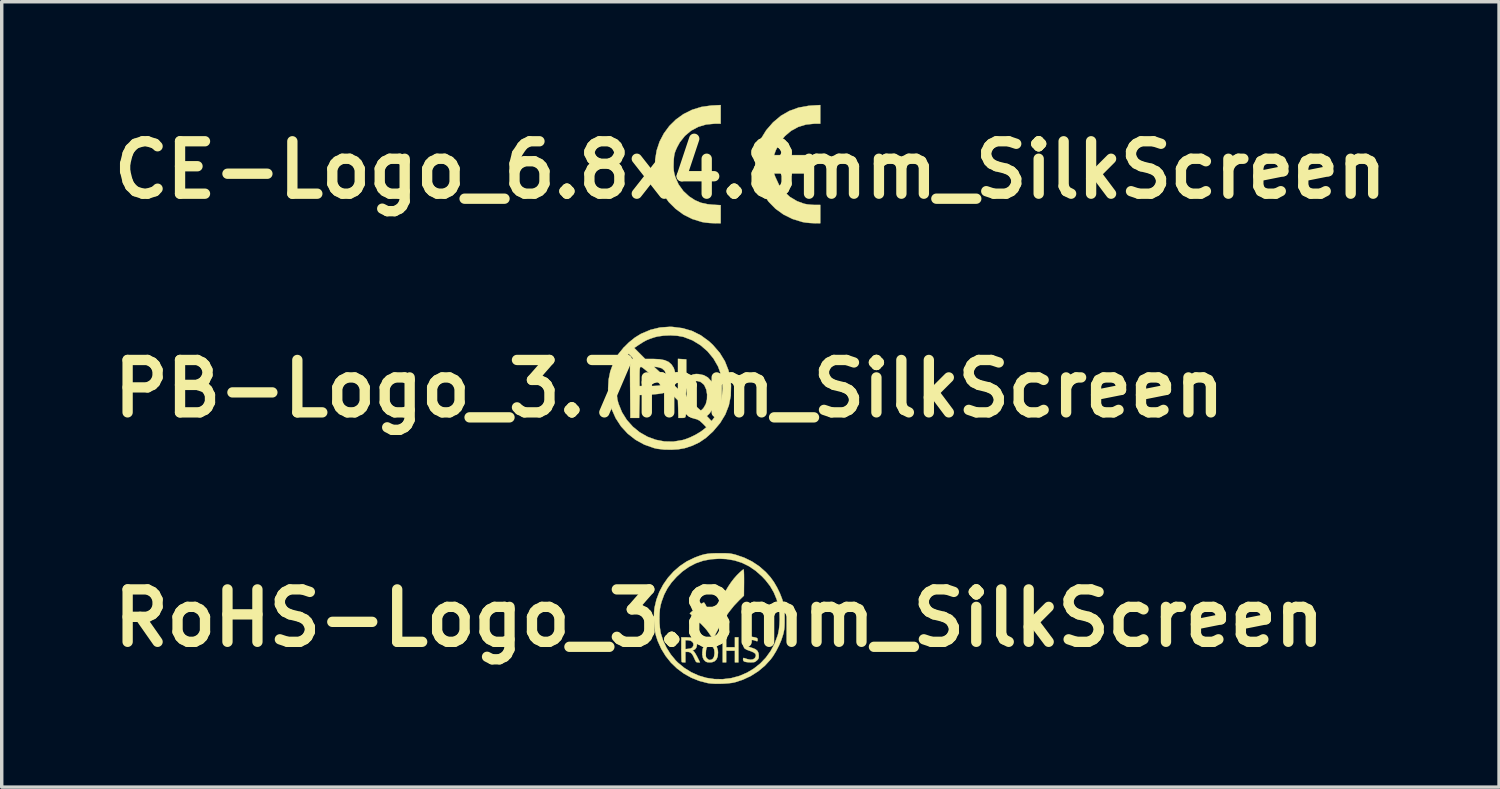
<source format=kicad_pcb>
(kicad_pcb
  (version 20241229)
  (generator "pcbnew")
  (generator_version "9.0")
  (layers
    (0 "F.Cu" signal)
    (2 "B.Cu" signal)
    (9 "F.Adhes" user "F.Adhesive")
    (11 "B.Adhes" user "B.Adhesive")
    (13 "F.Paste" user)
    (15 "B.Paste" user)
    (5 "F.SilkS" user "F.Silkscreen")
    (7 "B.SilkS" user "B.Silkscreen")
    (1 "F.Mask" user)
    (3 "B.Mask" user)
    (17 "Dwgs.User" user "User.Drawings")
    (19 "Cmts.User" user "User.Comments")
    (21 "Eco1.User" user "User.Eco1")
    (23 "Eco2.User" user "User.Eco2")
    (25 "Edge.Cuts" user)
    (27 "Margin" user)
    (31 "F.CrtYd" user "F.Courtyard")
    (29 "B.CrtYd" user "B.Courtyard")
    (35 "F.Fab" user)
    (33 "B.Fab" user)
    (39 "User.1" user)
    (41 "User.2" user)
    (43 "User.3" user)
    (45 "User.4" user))
  (footprint "PB-Logo_3.7mm_SilkScreen"
    (layer "F.Cu")
    (at 16.408 8.25)
    (property "Reference" "PB-Logo_3.7mm_SilkScreen" (at 0 0 0) (layer "F.SilkS") (effects (font (size 1.524 1.524) (thickness 0.3))))
    (attr through_hole)
    (fp_poly (pts (xy 0.088 -1.796) (xy 0.389 -1.758) (xy 0.664 -1.677) (xy 0.917 -1.551) (xy 1.154 -1.378) (xy 1.27 -1.27) (xy 1.468 -1.041) (xy 1.618 -0.797) (xy 1.722 -0.533) (xy 1.782 -0.246) (xy 1.796 -0.088) (xy 1.788 0.207) (xy 1.733 0.486) (xy 1.63 0.75) (xy 1.478 1) (xy 1.277 1.238) (xy 1.257 1.258) (xy 1.067 1.43) (xy 0.876 1.561) (xy 0.67 1.659) (xy 0.449 1.73) (xy 0.27 1.762) (xy 0.064 1.775) (xy -0.148 1.771) (xy -0.346 1.748) (xy -0.444 1.726) (xy -0.726 1.626) (xy -0.982 1.485) (xy -1.208 1.307) (xy -1.401 1.097) (xy -1.557 0.858) (xy -1.674 0.595) (xy -1.748 0.313) (xy -1.773 0.051) (xy -1.538 0.051) (xy -1.509 0.308) (xy -1.477 0.432) (xy -1.375 0.684) (xy -1.234 0.909) (xy -1.06 1.105) (xy -0.859 1.269) (xy -0.635 1.397) (xy -0.394 1.486) (xy -0.142 1.535) (xy 0.117 1.54) (xy 0.377 1.497) (xy 0.447 1.478) (xy 0.606 1.418) (xy 0.768 1.339) (xy 0.914 1.251) (xy 0.991 1.194) (xy 1.079 1.121) (xy 0.969 1.008) (xy 0.885 0.932) (xy 0.807 0.891) (xy 0.754 0.878) (xy 0.663 0.851) (xy 0.577 0.806) (xy 0.568 0.799) (xy 0.486 0.737) (xy 0.478 0.794) (xy 0.465 0.831) (xy 0.429 0.848) (xy 0.368 0.851) (xy 0.267 0.851) (xy 0.26 0.595) (xy 0.252 0.34) (xy 0.118 0.207) (xy 0.049 0.139) (xy 0.483 0.139) (xy 0.486 0.183) (xy 0.501 0.224) (xy 0.534 0.271) (xy 0.591 0.333) (xy 0.678 0.419) (xy 0.692 0.432) (xy 0.777 0.512) (xy 0.848 0.577) (xy 0.898 0.62) (xy 0.918 0.634) (xy 0.944 0.617) (xy 0.987 0.574) (xy 0.999 0.559) (xy 1.063 0.449) (xy 1.097 0.313) (xy 1.101 0.168) (xy 1.077 0.027) (xy 1.024 -0.092) (xy 0.994 -0.131) (xy 0.906 -0.199) (xy 0.808 -0.224) (xy 0.711 -0.209) (xy 0.621 -0.16) (xy 0.547 -0.081) (xy 0.498 0.024) (xy 0.483 0.139) (xy 0.049 0.139) (xy -0.016 0.075) (xy -0.128 0.116) (xy -0.211 0.136) (xy -0.331 0.154) (xy -0.479 0.167) (xy -0.552 0.171) (xy -0.862 0.185) (xy -0.869 0.518) (xy -0.876 0.851) (xy -1.13 0.851) (xy -1.137 0.004) (xy -1.139 -0.225) (xy -1.139 -0.356) (xy -0.864 -0.356) (xy -0.864 -0.076) (xy -0.578 -0.077) (xy -0.46 -0.078) (xy -0.36 -0.083) (xy -0.289 -0.09) (xy -0.261 -0.097) (xy -0.267 -0.12) (xy -0.304 -0.169) (xy -0.365 -0.236) (xy -0.442 -0.315) (xy -0.529 -0.398) (xy -0.616 -0.478) (xy -0.697 -0.549) (xy -0.765 -0.602) (xy -0.811 -0.632) (xy -0.824 -0.635) (xy -0.841 -0.628) (xy -0.853 -0.602) (xy -0.86 -0.549) (xy -0.863 -0.459) (xy -0.864 -0.356) (xy -1.139 -0.356) (xy -1.14 -0.409) (xy -1.14 -0.553) (xy -1.139 -0.638) (xy -0.445 -0.638) (xy -0.267 -0.474) (xy -0.19 -0.404) (xy -0.128 -0.35) (xy -0.089 -0.321) (xy -0.081 -0.317) (xy -0.08 -0.345) (xy -0.088 -0.402) (xy -0.09 -0.414) (xy -0.132 -0.518) (xy -0.212 -0.59) (xy -0.327 -0.625) (xy -0.334 -0.626) (xy -0.445 -0.638) (xy -1.139 -0.638) (xy -1.139 -0.661) (xy -1.136 -0.739) (xy -1.131 -0.792) (xy -1.125 -0.825) (xy -1.116 -0.843) (xy -1.104 -0.852) (xy -1.091 -0.857) (xy -1.059 -0.868) (xy -1.058 -0.886) (xy -1.089 -0.923) (xy -1.107 -0.943) (xy -1.177 -1.015) (xy -1.238 -0.933) (xy -1.372 -0.714) (xy -1.468 -0.47) (xy -1.524 -0.212) (xy -1.538 0.051) (xy -1.773 0.051) (xy -1.777 0.015) (xy -1.777 -0.013) (xy -1.762 -0.267) (xy -1.714 -0.503) (xy -1.628 -0.737) (xy -1.585 -0.83) (xy -1.481 -1.003) (xy -1.34 -1.177) (xy -1.334 -1.184) (xy -1.018 -1.184) (xy -0.7 -0.864) (xy -0.467 -0.864) (xy -0.28 -0.855) (xy -0.134 -0.828) (xy -0.022 -0.779) (xy 0.064 -0.705) (xy 0.13 -0.604) (xy 0.162 -0.506) (xy 0.177 -0.384) (xy 0.174 -0.262) (xy 0.154 -0.17) (xy 0.145 -0.118) (xy 0.169 -0.073) (xy 0.192 -0.049) (xy 0.254 0.009) (xy 0.254 -0.866) (xy 0.495 -0.851) (xy 0.495 -0.318) (xy 0.61 -0.377) (xy 0.698 -0.415) (xy 0.783 -0.427) (xy 0.858 -0.423) (xy 1.004 -0.392) (xy 1.121 -0.327) (xy 1.22 -0.22) (xy 1.236 -0.196) (xy 1.305 -0.053) (xy 1.341 0.11) (xy 1.343 0.282) (xy 1.314 0.45) (xy 1.255 0.602) (xy 1.167 0.726) (xy 1.145 0.747) (xy 1.091 0.796) (xy 1.161 0.869) (xy 1.23 0.942) (xy 1.276 0.884) (xy 1.316 0.826) (xy 1.363 0.747) (xy 1.382 0.711) (xy 1.472 0.493) (xy 1.529 0.25) (xy 1.552 -0.001) (xy 1.539 -0.245) (xy 1.51 -0.394) (xy 1.419 -0.646) (xy 1.285 -0.878) (xy 1.113 -1.086) (xy 0.909 -1.263) (xy 0.68 -1.403) (xy 0.43 -1.5) (xy 0.394 -1.51) (xy 0.227 -1.539) (xy 0.036 -1.55) (xy -0.16 -1.542) (xy -0.339 -1.517) (xy -0.423 -1.496) (xy -0.558 -1.451) (xy -0.665 -1.407) (xy -0.766 -1.351) (xy -0.884 -1.275) (xy -1.018 -1.184) (xy -1.334 -1.184) (xy -1.176 -1.342) (xy -0.999 -1.485) (xy -0.826 -1.592) (xy -0.548 -1.71) (xy -0.27 -1.778) (xy 0.015 -1.798) (xy 0.088 -1.796)) (stroke (width 0.01) (type solid)) (fill yes) (layer "F.SilkS")))
  (footprint "RoHS-Logo_3.8mm_SilkScreen"
    (layer "F.Cu")
    (at 17.86 14.921)
    (property "Reference" "RoHS-Logo_3.8mm_SilkScreen" (at 0 0 0) (layer "F.SilkS") (effects (font (size 1.524 1.524) (thickness 0.3))))
    (attr through_hole)
    (fp_poly (pts (xy 0.203 0.847) (xy 0.457 0.847) (xy 0.457 0.559) (xy 0.559 0.559) (xy 0.559 1.287) (xy 0.457 1.287) (xy 0.457 0.948) (xy 0.203 0.948) (xy 0.203 1.287) (xy 0.102 1.287) (xy 0.102 0.559) (xy 0.203 0.559) (xy 0.203 0.847)) (stroke (width 0.01) (type solid)) (fill yes) (layer "F.SilkS"))
    (fp_poly (pts (xy -0.178 0.743) (xy -0.111 0.785) (xy -0.064 0.852) (xy -0.038 0.942) (xy -0.034 1.006) (xy -0.044 1.114) (xy -0.076 1.195) (xy -0.129 1.251) (xy -0.203 1.281) (xy -0.271 1.287) (xy -0.333 1.284) (xy -0.375 1.272) (xy -0.409 1.249) (xy -0.413 1.245) (xy -0.452 1.2) (xy -0.476 1.147) (xy -0.488 1.078) (xy -0.489 1.065) (xy -0.389 1.065) (xy -0.387 1.11) (xy -0.379 1.139) (xy -0.363 1.162) (xy -0.35 1.176) (xy -0.311 1.208) (xy -0.276 1.218) (xy -0.226 1.209) (xy -0.224 1.208) (xy -0.181 1.18) (xy -0.151 1.123) (xy -0.137 1.041) (xy -0.135 1.002) (xy -0.145 0.913) (xy -0.173 0.852) (xy -0.219 0.819) (xy -0.26 0.813) (xy -0.314 0.818) (xy -0.349 0.837) (xy -0.371 0.875) (xy -0.383 0.939) (xy -0.387 0.997) (xy -0.389 1.065) (xy -0.489 1.065) (xy -0.491 1) (xy -0.48 0.896) (xy -0.446 0.816) (xy -0.391 0.761) (xy -0.314 0.733) (xy -0.262 0.728) (xy -0.178 0.743)) (stroke (width 0.01) (type solid)) (fill yes) (layer "F.SilkS"))
    (fp_poly (pts (xy -0.848 0.564) (xy -0.768 0.58) (xy -0.711 0.609) (xy -0.674 0.651) (xy -0.67 0.658) (xy -0.648 0.725) (xy -0.648 0.794) (xy -0.665 0.857) (xy -0.699 0.904) (xy -0.738 0.925) (xy -0.768 0.934) (xy -0.767 0.944) (xy -0.745 0.96) (xy -0.723 0.985) (xy -0.691 1.033) (xy -0.655 1.096) (xy -0.634 1.136) (xy -0.558 1.287) (xy -0.615 1.287) (xy -0.646 1.285) (xy -0.668 1.274) (xy -0.687 1.248) (xy -0.71 1.199) (xy -0.719 1.178) (xy -0.76 1.09) (xy -0.8 1.031) (xy -0.843 0.997) (xy -0.893 0.983) (xy -0.914 0.982) (xy -0.982 0.982) (xy -0.982 1.287) (xy -1.03 1.287) (xy -1.069 1.283) (xy -1.089 1.276) (xy -1.093 1.256) (xy -1.096 1.208) (xy -1.098 1.136) (xy -1.1 1.046) (xy -1.101 0.943) (xy -1.101 0.912) (xy -1.101 0.643) (xy -0.982 0.643) (xy -0.982 0.902) (xy -0.894 0.893) (xy -0.829 0.882) (xy -0.788 0.859) (xy -0.776 0.847) (xy -0.748 0.792) (xy -0.751 0.738) (xy -0.779 0.691) (xy -0.829 0.658) (xy -0.898 0.644) (xy -0.905 0.643) (xy -0.982 0.643) (xy -1.101 0.643) (xy -1.101 0.559) (xy -0.956 0.559) (xy -0.848 0.564)) (stroke (width 0.01) (type solid)) (fill yes) (layer "F.SilkS"))
    (fp_poly (pts (xy 0.709 -1.415) (xy 0.714 -1.395) (xy 0.718 -1.344) (xy 0.721 -1.266) (xy 0.722 -1.163) (xy 0.722 -1.038) (xy 0.722 -1.029) (xy 0.719 -0.652) (xy 0.578 -0.516) (xy 0.43 -0.36) (xy 0.283 -0.176) (xy 0.141 0.03) (xy 0.008 0.25) (xy -0.078 0.411) (xy -0.114 0.481) (xy -0.144 0.539) (xy -0.166 0.578) (xy -0.175 0.593) (xy -0.175 0.593) (xy -0.189 0.582) (xy -0.207 0.563) (xy -0.229 0.534) (xy -0.262 0.488) (xy -0.3 0.432) (xy -0.302 0.429) (xy -0.358 0.352) (xy -0.43 0.269) (xy -0.52 0.175) (xy -0.631 0.068) (xy -0.711 -0.005) (xy -0.855 -0.136) (xy -0.768 -0.217) (xy -0.699 -0.279) (xy -0.629 -0.337) (xy -0.562 -0.387) (xy -0.505 -0.426) (xy -0.463 -0.449) (xy -0.443 -0.454) (xy -0.427 -0.437) (xy -0.401 -0.395) (xy -0.368 -0.332) (xy -0.332 -0.255) (xy -0.325 -0.241) (xy -0.288 -0.162) (xy -0.255 -0.097) (xy -0.228 -0.053) (xy -0.211 -0.034) (xy -0.21 -0.034) (xy -0.194 -0.048) (xy -0.168 -0.088) (xy -0.136 -0.146) (xy -0.106 -0.207) (xy -0.003 -0.426) (xy 0.092 -0.615) (xy 0.18 -0.779) (xy 0.265 -0.92) (xy 0.347 -1.042) (xy 0.429 -1.149) (xy 0.513 -1.244) (xy 0.536 -1.267) (xy 0.595 -1.325) (xy 0.647 -1.372) (xy 0.686 -1.404) (xy 0.707 -1.416) (xy 0.709 -1.415)) (stroke (width 0.01) (type solid)) (fill yes) (layer "F.SilkS"))
    (fp_poly (pts (xy 1.03 0.558) (xy 1.042 0.561) (xy 1.089 0.575) (xy 1.111 0.591) (xy 1.117 0.619) (xy 1.118 0.63) (xy 1.114 0.665) (xy 1.1 0.673) (xy 1.088 0.669) (xy 0.995 0.639) (xy 0.916 0.632) (xy 0.854 0.647) (xy 0.813 0.683) (xy 0.796 0.738) (xy 0.796 0.746) (xy 0.803 0.784) (xy 0.829 0.814) (xy 0.877 0.84) (xy 0.953 0.866) (xy 0.968 0.87) (xy 1.055 0.905) (xy 1.112 0.953) (xy 1.143 1.019) (xy 1.151 1.092) (xy 1.149 1.147) (xy 1.138 1.184) (xy 1.112 1.216) (xy 1.092 1.234) (xy 1.057 1.262) (xy 1.026 1.278) (xy 0.986 1.284) (xy 0.926 1.286) (xy 0.91 1.286) (xy 0.841 1.283) (xy 0.781 1.276) (xy 0.741 1.267) (xy 0.706 1.246) (xy 0.695 1.21) (xy 0.694 1.199) (xy 0.7 1.163) (xy 0.715 1.158) (xy 0.743 1.167) (xy 0.79 1.183) (xy 0.826 1.194) (xy 0.911 1.21) (xy 0.982 1.2) (xy 1.033 1.168) (xy 1.062 1.115) (xy 1.067 1.074) (xy 1.05 1.034) (xy 1 0.997) (xy 0.917 0.961) (xy 0.884 0.95) (xy 0.797 0.918) (xy 0.742 0.883) (xy 0.729 0.87) (xy 0.7 0.807) (xy 0.697 0.737) (xy 0.718 0.667) (xy 0.76 0.607) (xy 0.821 0.566) (xy 0.821 0.566) (xy 0.885 0.547) (xy 0.95 0.544) (xy 1.03 0.558)) (stroke (width 0.01) (type solid)) (fill yes) (layer "F.SilkS"))
    (fp_poly (pts (xy 0.115 -1.886) (xy 0.203 -1.884) (xy 0.272 -1.881) (xy 0.329 -1.875) (xy 0.383 -1.865) (xy 0.439 -1.852) (xy 0.478 -1.842) (xy 0.725 -1.758) (xy 0.954 -1.646) (xy 1.164 -1.506) (xy 1.354 -1.339) (xy 1.491 -1.187) (xy 1.589 -1.051) (xy 1.682 -0.892) (xy 1.764 -0.724) (xy 1.829 -0.558) (xy 1.857 -0.466) (xy 1.874 -0.401) (xy 1.886 -0.344) (xy 1.894 -0.287) (xy 1.899 -0.223) (xy 1.901 -0.144) (xy 1.902 -0.042) (xy 1.902 0.008) (xy 1.902 0.122) (xy 1.9 0.21) (xy 1.896 0.279) (xy 1.889 0.338) (xy 1.879 0.393) (xy 1.865 0.454) (xy 1.857 0.483) (xy 1.808 0.634) (xy 1.739 0.796) (xy 1.657 0.956) (xy 1.568 1.102) (xy 1.497 1.2) (xy 1.327 1.385) (xy 1.134 1.546) (xy 0.92 1.682) (xy 0.688 1.791) (xy 0.461 1.865) (xy 0.373 1.883) (xy 0.26 1.896) (xy 0.133 1.905) (xy 0.001 1.909) (xy -0.128 1.908) (xy -0.243 1.901) (xy -0.333 1.889) (xy -0.579 1.826) (xy -0.811 1.733) (xy -1.027 1.612) (xy -1.225 1.465) (xy -1.402 1.295) (xy -1.556 1.102) (xy -1.686 0.89) (xy -1.789 0.661) (xy -1.839 0.506) (xy -1.863 0.395) (xy -1.881 0.26) (xy -1.892 0.114) (xy -1.895 0.000133) (xy -1.738 0.000133) (xy -1.735 0.144) (xy -1.724 0.281) (xy -1.707 0.401) (xy -1.697 0.448) (xy -1.628 0.657) (xy -1.531 0.862) (xy -1.409 1.055) (xy -1.267 1.228) (xy -1.205 1.291) (xy -1.017 1.446) (xy -0.814 1.573) (xy -0.598 1.671) (xy -0.371 1.738) (xy -0.137 1.773) (xy 0.102 1.776) (xy 0.342 1.747) (xy 0.361 1.743) (xy 0.594 1.679) (xy 0.812 1.585) (xy 1.013 1.464) (xy 1.196 1.318) (xy 1.358 1.148) (xy 1.496 0.957) (xy 1.61 0.746) (xy 1.695 0.518) (xy 1.711 0.466) (xy 1.736 0.34) (xy 1.752 0.193) (xy 1.759 0.036) (xy 1.755 -0.118) (xy 1.742 -0.259) (xy 1.731 -0.322) (xy 1.672 -0.544) (xy 1.589 -0.745) (xy 1.481 -0.932) (xy 1.343 -1.109) (xy 1.246 -1.212) (xy 1.061 -1.376) (xy 0.867 -1.508) (xy 0.661 -1.609) (xy 0.442 -1.678) (xy 0.21 -1.717) (xy 0.008 -1.727) (xy -0.236 -1.712) (xy -0.464 -1.669) (xy -0.679 -1.595) (xy -0.88 -1.49) (xy -1.072 -1.354) (xy -1.236 -1.203) (xy -1.385 -1.037) (xy -1.504 -0.867) (xy -1.599 -0.685) (xy -1.673 -0.484) (xy -1.704 -0.373) (xy -1.723 -0.268) (xy -1.734 -0.141) (xy -1.738 0.000133) (xy -1.895 0.000133) (xy -1.896 -0.034) (xy -1.893 -0.174) (xy -1.881 -0.294) (xy -1.88 -0.302) (xy -1.825 -0.536) (xy -1.74 -0.762) (xy -1.627 -0.975) (xy -1.488 -1.174) (xy -1.326 -1.354) (xy -1.144 -1.513) (xy -0.944 -1.647) (xy -0.728 -1.752) (xy -0.72 -1.756) (xy -0.605 -1.8) (xy -0.507 -1.833) (xy -0.416 -1.857) (xy -0.324 -1.872) (xy -0.223 -1.881) (xy -0.102 -1.885) (xy 0 -1.886) (xy 0.115 -1.886)) (stroke (width 0.01) (type solid)) (fill yes) (layer "F.SilkS")))
  (footprint "CE-Logo_6.8x4.8mm_SilkScreen"
    (layer "F.Cu")
    (at 18.767 1.892)
    (property "Reference" "CE-Logo_6.8x4.8mm_SilkScreen" (at 0 0 0) (layer "F.SilkS") (effects (font (size 1.524 1.524) (thickness 0.3))))
    (attr through_hole)
    (fp_poly (pts (xy 2.032 -1.346) (xy 1.861 -1.346) (xy 1.616 -1.321) (xy 1.389 -1.251) (xy 1.182 -1.138) (xy 1.003 -0.986) (xy 0.854 -0.798) (xy 0.741 -0.578) (xy 0.723 -0.53) (xy 0.688 -0.432) (xy 1.702 -0.432) (xy 1.702 0.102) (xy 0.688 0.102) (xy 0.723 0.199) (xy 0.828 0.425) (xy 0.971 0.62) (xy 1.149 0.783) (xy 1.355 0.906) (xy 1.559 0.981) (xy 1.657 1) (xy 1.776 1.012) (xy 1.861 1.016) (xy 2.032 1.016) (xy 2.032 1.549) (xy 1.848 1.547) (xy 1.727 1.541) (xy 1.599 1.527) (xy 1.511 1.512) (xy 1.225 1.424) (xy 0.964 1.295) (xy 0.731 1.127) (xy 0.531 0.923) (xy 0.367 0.687) (xy 0.257 0.457) (xy 0.173 0.177) (xy 0.137 -0.104) (xy 0.151 -0.377) (xy 0.212 -0.661) (xy 0.315 -0.919) (xy 0.461 -1.156) (xy 0.655 -1.379) (xy 0.665 -1.389) (xy 0.888 -1.576) (xy 1.131 -1.716) (xy 1.398 -1.813) (xy 1.689 -1.865) (xy 1.784 -1.873) (xy 2.032 -1.887) (xy 2.032 -1.346)) (stroke (width 0.01) (type solid)) (fill yes) (layer "F.SilkS"))
    (fp_poly (pts (xy -0.864 -1.346) (xy -1.036 -1.346) (xy -1.286 -1.323) (xy -1.517 -1.254) (xy -1.724 -1.143) (xy -1.904 -0.992) (xy -2.053 -0.804) (xy -2.127 -0.669) (xy -2.173 -0.568) (xy -2.202 -0.486) (xy -2.218 -0.402) (xy -2.228 -0.299) (xy -2.231 -0.222) (xy -2.234 -0.088) (xy -2.228 0.015) (xy -2.212 0.106) (xy -2.186 0.197) (xy -2.089 0.419) (xy -1.949 0.613) (xy -1.784 0.766) (xy -1.615 0.877) (xy -1.442 0.952) (xy -1.249 0.995) (xy -1.099 1.01) (xy -0.864 1.023) (xy -0.864 1.549) (xy -1.06 1.547) (xy -1.183 1.542) (xy -1.31 1.528) (xy -1.41 1.512) (xy -1.687 1.426) (xy -1.943 1.298) (xy -2.172 1.131) (xy -2.372 0.932) (xy -2.536 0.702) (xy -2.659 0.448) (xy -2.719 0.264) (xy -2.767 -0.021) (xy -2.768 -0.301) (xy -2.724 -0.57) (xy -2.639 -0.826) (xy -2.515 -1.063) (xy -2.356 -1.279) (xy -2.165 -1.467) (xy -1.945 -1.625) (xy -1.699 -1.748) (xy -1.43 -1.832) (xy -1.141 -1.873) (xy -1.125 -1.874) (xy -0.864 -1.887) (xy -0.864 -1.346)) (stroke (width 0.01) (type solid)) (fill yes) (layer "F.SilkS")))
  (gr_rect
    (start -3 -3)
    (end 40.534 19.835)
    (stroke (width 0.1) (type default))
    (fill no)
    (layer "Edge.Cuts")))
</source>
